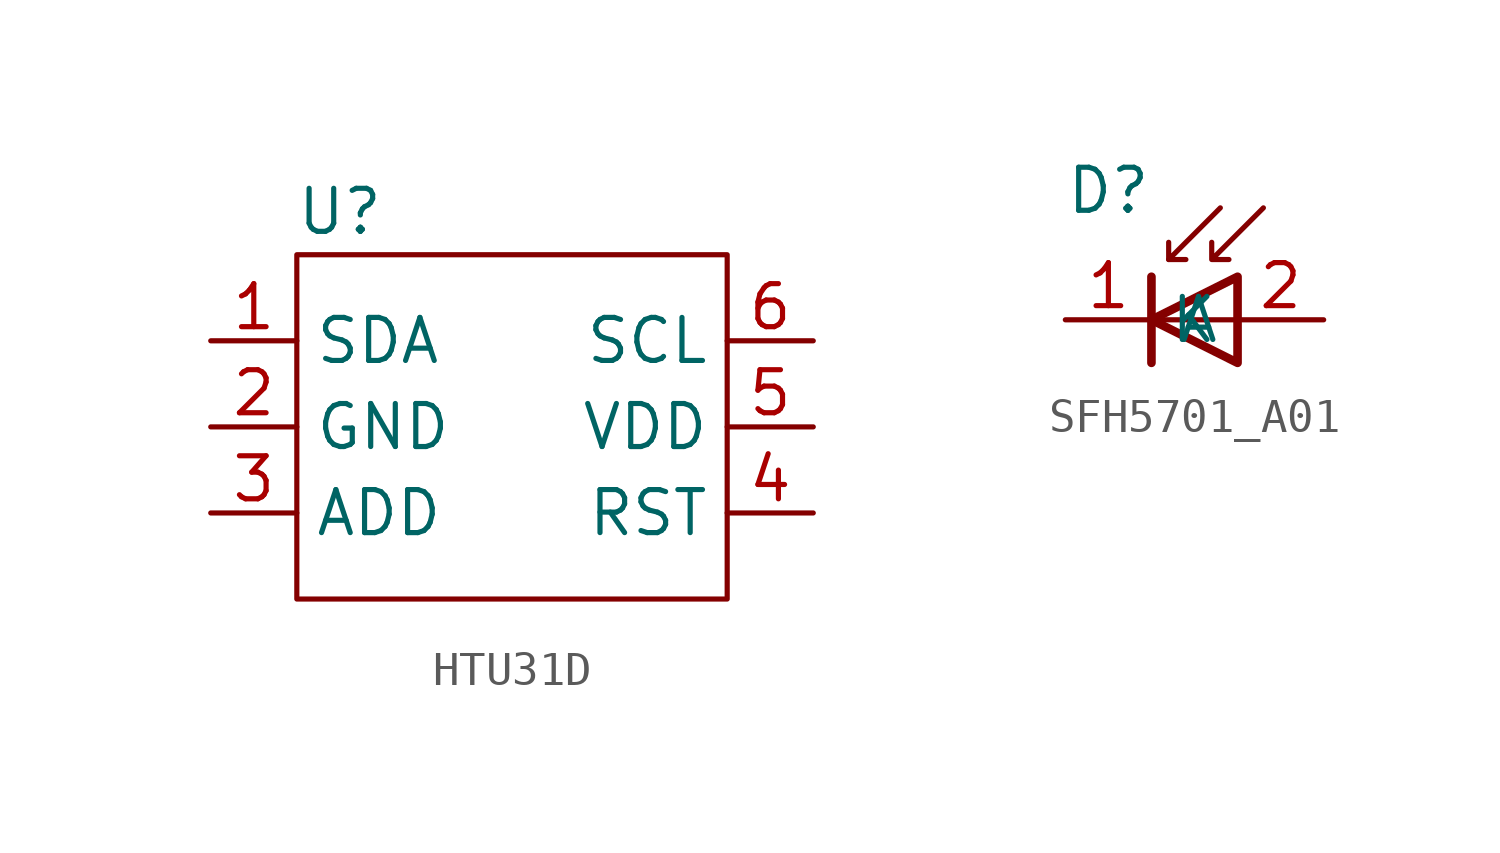
<source format=kicad_sym>
(kicad_symbol_lib
  (version 20220914)
  (generator kicad_symbol_editor)
  (symbol "HTU31D"
    (property "Reference" "U"
      (at -5.08 7.62 0)
      (effects (font (size 1.27 1.27))))
    (property "Value" ""
      (at -3.81 0 0)
      (effects (font (size 1.27 1.27))))
    (symbol "HTU31D_0_1"
      (rectangle (start -6.35 6.35) (end 6.35 -3.81) (stroke (width 0) (type default)) (fill (type none))))
    (symbol "HTU31D_1_1"
      (pin bidirectional line (at -8.89 3.81 0) (length 2.54) (name "SDA" (effects (font (size 1.27 1.27)))) (number "1" (effects (font (size 1.27 1.27)))))
      (pin passive line (at -8.89 1.27 0) (length 2.54) (name "GND" (effects (font (size 1.27 1.27)))) (number "2" (effects (font (size 1.27 1.27)))))
      (pin input line (at -8.89 -1.27 0) (length 2.54) (name "ADD" (effects (font (size 1.27 1.27)))) (number "3" (effects (font (size 1.27 1.27)))))
      (pin input line (at 8.89 -1.27 180) (length 2.54) (name "RST" (effects (font (size 1.27 1.27)))) (number "4" (effects (font (size 1.27 1.27)))))
      (pin power_in line (at 8.89 1.27 180) (length 2.54) (name "VDD" (effects (font (size 1.27 1.27)))) (number "5" (effects (font (size 1.27 1.27)))))
      (pin input line (at 8.89 3.81 180) (length 2.54) (name "SCL" (effects (font (size 1.27 1.27)))) (number "6" (effects (font (size 1.27 1.27)))))))
  (symbol "SFH5701_A01"
    (property "Reference" "D"
      (at -2.54 3.81 0)
      (effects (font (size 1.27 1.27))))
    (property "Value" ""
      (at 0 0 0)
      (effects (font (size 1.27 1.27))))
    (symbol "SFH5701_A01_0_1"
      (polyline (pts (xy -1.27 1.27) (xy -1.27 -1.27)) (stroke (width 0.254) (type default)) (fill (type none)))
      (polyline (pts (xy -0.762 1.778) (xy -0.254 1.778)) (stroke (width 0) (type default)) (fill (type none)))
      (polyline (pts (xy 1.27 0) (xy -1.27 0)) (stroke (width 0) (type default)) (fill (type none)))
      (polyline (pts (xy 0.762 3.302) (xy -0.762 1.778) (xy -0.762 2.286)) (stroke (width 0) (type default)) (fill (type none)))
      (polyline (pts (xy 1.27 -1.27) (xy 1.27 1.27) (xy -1.27 0) (xy 1.27 -1.27)) (stroke (width 0.254) (type default)) (fill (type none)))
      (polyline (pts (xy 2.032 3.302) (xy 0.508 1.778) (xy 0.508 2.286) (xy 0.508 1.778) (xy 1.016 1.778)) (stroke (width 0) (type default)) (fill (type none))))
    (symbol "SFH5701_A01_1_1"
      (pin passive line (at -3.81 0 0) (length 2.54) (name "K" (effects (font (size 1.27 1.27)))) (number "1" (effects (font (size 1.27 1.27)))))
      (pin passive line (at 3.81 0 180) (length 2.54) (name "A" (effects (font (size 1.27 1.27)))) (number "2" (effects (font (size 1.27 1.27))))))))
</source>
